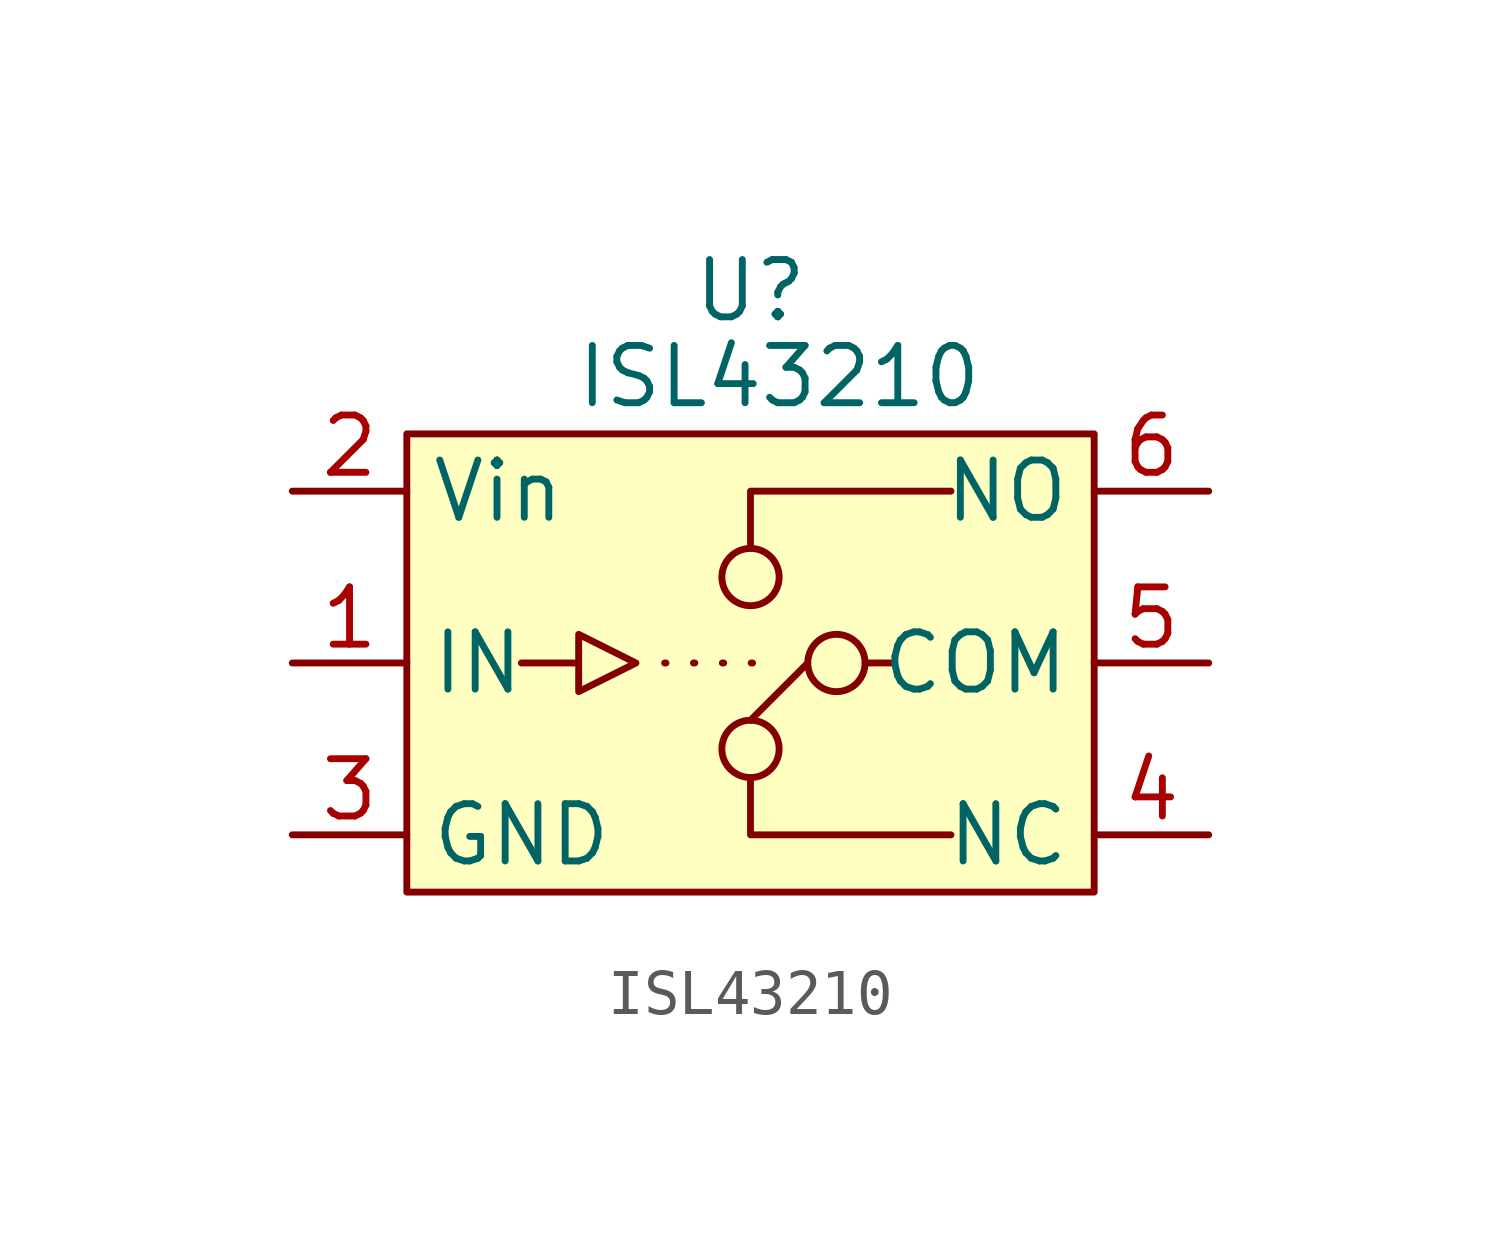
<source format=kicad_sym>
(kicad_symbol_lib
  (version 20231120)
  (generator "kicad_symbol_editor")
  (generator_version "8.0")
  (symbol "ISL43210"
    (property "Reference" "U"
      (at 0 8.255 0)
      (effects (font (size 1.27 1.27))))
    (property "Value" "ISL43210"
      (at 0.635 6.35 0)
      (effects (font (size 1.27 1.27))))
    (symbol "ISL43210_0_1"
      (rectangle (start -7.62 5.08) (end 7.62 -5.08) (stroke (width 0) (type default)) (fill (type background)))
      (circle (center 0 -1.905) (radius 0.635) (stroke (width 0) (type default)) (fill (type none)))
      (polyline (pts (xy 1.27 0) (xy 0 -1.27)) (stroke (width 0) (type default)) (fill (type none)))
      (polyline (pts (xy 3.175 0) (xy 2.54 0)) (stroke (width 0) (type default)) (fill (type none)))
      (polyline (pts (xy -1.905 0) (xy -1.905 0) (xy 0.635 0)) (stroke (width 0) (type dot)) (fill (type none)))
      (polyline (pts (xy 0 -2.54) (xy 0 -3.81) (xy 4.445 -3.81)) (stroke (width 0) (type default)) (fill (type none)))
      (polyline (pts (xy 4.445 3.81) (xy 0 3.81) (xy 0 2.54)) (stroke (width 0) (type default)) (fill (type none)))
      (polyline (pts (xy -5.08 0) (xy -3.81 0) (xy -3.81 0.635) (xy -2.54 0) (xy -3.81 -0.635) (xy -3.81 0)) (stroke (width 0) (type default)) (fill (type none)))
      (circle (center 0 1.905) (radius 0.635) (stroke (width 0) (type default)) (fill (type none)))
      (circle (center 1.905 0) (radius 0.635) (stroke (width 0) (type default)) (fill (type none))))
    (symbol "ISL43210_1_1"
      (pin input line (at -10.16 0 0) (length 2.54) (name "IN" (effects (font (size 1.27 1.27)))) (number "1" (effects (font (size 1.27 1.27)))))
      (pin power_in line (at -10.16 3.81 0) (length 2.54) (name "Vin" (effects (font (size 1.27 1.27)))) (number "2" (effects (font (size 1.27 1.27)))))
      (pin power_in line (at -10.16 -3.81 0) (length 2.54) (name "GND" (effects (font (size 1.27 1.27)))) (number "3" (effects (font (size 1.27 1.27)))))
      (pin bidirectional line (at 10.16 -3.81 180) (length 2.54) (name "NC" (effects (font (size 1.27 1.27)))) (number "4" (effects (font (size 1.27 1.27)))))
      (pin bidirectional line (at 10.16 0 180) (length 2.54) (name "COM" (effects (font (size 1.27 1.27)))) (number "5" (effects (font (size 1.27 1.27)))))
      (pin bidirectional line (at 10.16 3.81 180) (length 2.54) (name "NO" (effects (font (size 1.27 1.27)))) (number "6" (effects (font (size 1.27 1.27))))))))
</source>
